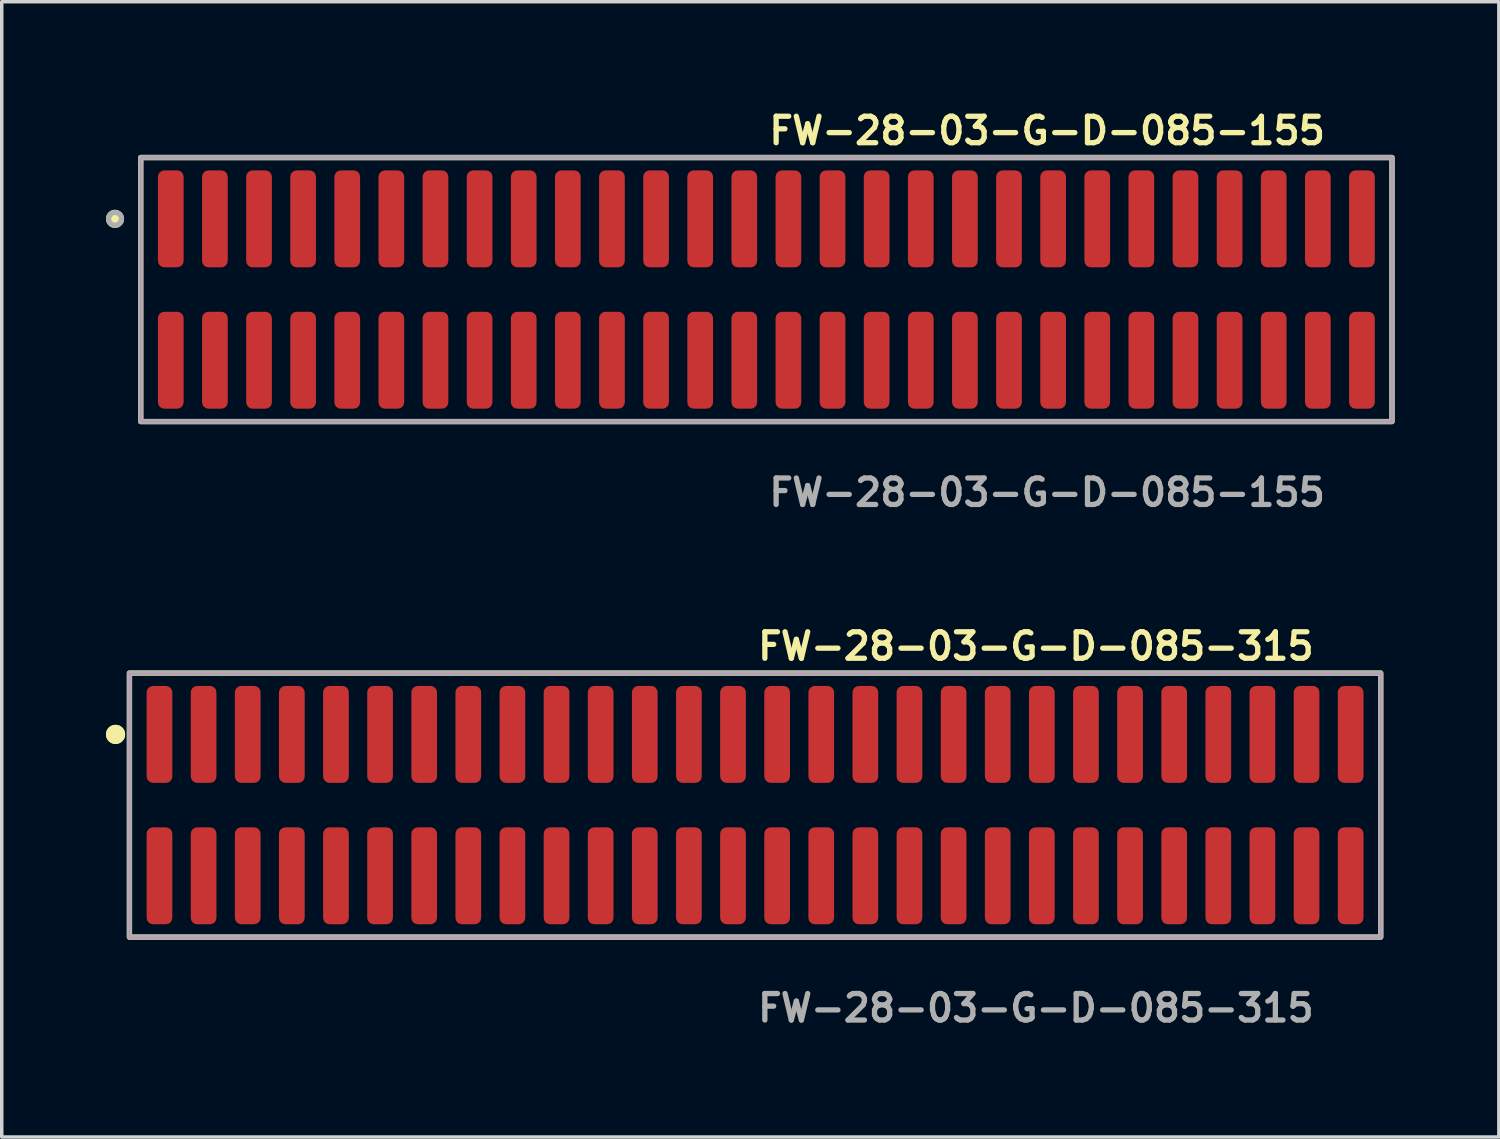
<source format=kicad_pcb>
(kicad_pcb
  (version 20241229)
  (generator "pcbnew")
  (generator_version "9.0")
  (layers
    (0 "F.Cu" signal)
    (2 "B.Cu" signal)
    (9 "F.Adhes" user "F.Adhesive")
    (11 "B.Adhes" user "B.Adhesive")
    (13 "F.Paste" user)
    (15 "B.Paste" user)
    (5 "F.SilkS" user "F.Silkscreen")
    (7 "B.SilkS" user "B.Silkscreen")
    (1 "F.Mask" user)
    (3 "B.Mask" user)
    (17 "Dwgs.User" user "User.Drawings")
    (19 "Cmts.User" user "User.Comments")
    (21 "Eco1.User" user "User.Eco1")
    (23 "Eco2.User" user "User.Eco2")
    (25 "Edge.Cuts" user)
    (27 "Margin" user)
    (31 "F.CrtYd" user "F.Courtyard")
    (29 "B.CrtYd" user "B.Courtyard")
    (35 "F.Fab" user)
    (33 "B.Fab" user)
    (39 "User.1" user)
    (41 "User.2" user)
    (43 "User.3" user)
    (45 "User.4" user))
  (footprint "FW-28-03-G-D-085-155"
    (layer "F.Cu")
    (at 19.011 5.285)
    (property "Reference" "FW-28-03-G-D-085-155" (at 0 -4.572 0) (unlocked yes) (layer "F.SilkS") (effects (font (size 0.762 0.762) (thickness 0.152)) (justify left)))
    (fp_rect (start -18.01 3.8) (end 18.01 -3.8) (stroke (width 0.152) (type solid)) (fill no) (layer "F.SilkS"))
    (fp_circle (center -18.75 -2.035) (end -18.935 -2.035) (stroke (width 0.152) (type solid)) (fill yes) (layer "F.SilkS"))
    (fp_rect (start -18.01 3.8) (end 18.01 -3.8) (stroke (width 0.006) (type solid)) (fill no) (layer "F.CrtYd"))
    (fp_rect (start -18.01 3.8) (end 18.01 -3.8) (stroke (width 0.152) (type solid)) (fill no) (layer "F.Fab"))
    (fp_circle (center -18.75 -2.035) (end -18.935 -2.035) (stroke (width 0.152) (type solid)) (fill no) (layer "F.Fab"))
    (fp_text user "${REFERENCE}" (at 0 5.842 0) (unlocked yes) (layer "F.Fab") (effects (font (size 0.762 0.762) (thickness 0.152)) (justify left)))
    (pad "1" smd roundrect (at -17.145 -2.035) (size 0.74 2.79) (layers "F.Cu" "F.Paste") (roundrect_rratio 0.25))
    (pad "2" smd roundrect (at -17.145 2.035) (size 0.74 2.79) (layers "F.Cu" "F.Paste") (roundrect_rratio 0.25))
    (pad "3" smd roundrect (at -15.875 -2.035) (size 0.74 2.79) (layers "F.Cu" "F.Paste") (roundrect_rratio 0.25))
    (pad "4" smd roundrect (at -15.875 2.035) (size 0.74 2.79) (layers "F.Cu" "F.Paste") (roundrect_rratio 0.25))
    (pad "5" smd roundrect (at -14.605 -2.035) (size 0.74 2.79) (layers "F.Cu" "F.Paste") (roundrect_rratio 0.25))
    (pad "6" smd roundrect (at -14.605 2.035) (size 0.74 2.79) (layers "F.Cu" "F.Paste") (roundrect_rratio 0.25))
    (pad "7" smd roundrect (at -13.335 -2.035) (size 0.74 2.79) (layers "F.Cu" "F.Paste") (roundrect_rratio 0.25))
    (pad "8" smd roundrect (at -13.335 2.035) (size 0.74 2.79) (layers "F.Cu" "F.Paste") (roundrect_rratio 0.25))
    (pad "9" smd roundrect (at -12.065 -2.035) (size 0.74 2.79) (layers "F.Cu" "F.Paste") (roundrect_rratio 0.25))
    (pad "10" smd roundrect (at -12.065 2.035) (size 0.74 2.79) (layers "F.Cu" "F.Paste") (roundrect_rratio 0.25))
    (pad "11" smd roundrect (at -10.795 -2.035) (size 0.74 2.79) (layers "F.Cu" "F.Paste") (roundrect_rratio 0.25))
    (pad "12" smd roundrect (at -10.795 2.035) (size 0.74 2.79) (layers "F.Cu" "F.Paste") (roundrect_rratio 0.25))
    (pad "13" smd roundrect (at -9.525 -2.035) (size 0.74 2.79) (layers "F.Cu" "F.Paste") (roundrect_rratio 0.25))
    (pad "14" smd roundrect (at -9.525 2.035) (size 0.74 2.79) (layers "F.Cu" "F.Paste") (roundrect_rratio 0.25))
    (pad "15" smd roundrect (at -8.255 -2.035) (size 0.74 2.79) (layers "F.Cu" "F.Paste") (roundrect_rratio 0.25))
    (pad "16" smd roundrect (at -8.255 2.035) (size 0.74 2.79) (layers "F.Cu" "F.Paste") (roundrect_rratio 0.25))
    (pad "17" smd roundrect (at -6.985 -2.035) (size 0.74 2.79) (layers "F.Cu" "F.Paste") (roundrect_rratio 0.25))
    (pad "18" smd roundrect (at -6.985 2.035) (size 0.74 2.79) (layers "F.Cu" "F.Paste") (roundrect_rratio 0.25))
    (pad "19" smd roundrect (at -5.715 -2.035) (size 0.74 2.79) (layers "F.Cu" "F.Paste") (roundrect_rratio 0.25))
    (pad "20" smd roundrect (at -5.715 2.035) (size 0.74 2.79) (layers "F.Cu" "F.Paste") (roundrect_rratio 0.25))
    (pad "21" smd roundrect (at -4.445 -2.035) (size 0.74 2.79) (layers "F.Cu" "F.Paste") (roundrect_rratio 0.25))
    (pad "22" smd roundrect (at -4.445 2.035) (size 0.74 2.79) (layers "F.Cu" "F.Paste") (roundrect_rratio 0.25))
    (pad "23" smd roundrect (at -3.175 -2.035) (size 0.74 2.79) (layers "F.Cu" "F.Paste") (roundrect_rratio 0.25))
    (pad "24" smd roundrect (at -3.175 2.035) (size 0.74 2.79) (layers "F.Cu" "F.Paste") (roundrect_rratio 0.25))
    (pad "25" smd roundrect (at -1.905 -2.035) (size 0.74 2.79) (layers "F.Cu" "F.Paste") (roundrect_rratio 0.25))
    (pad "26" smd roundrect (at -1.905 2.035) (size 0.74 2.79) (layers "F.Cu" "F.Paste") (roundrect_rratio 0.25))
    (pad "27" smd roundrect (at -0.635 -2.035) (size 0.74 2.79) (layers "F.Cu" "F.Paste") (roundrect_rratio 0.25))
    (pad "28" smd roundrect (at -0.635 2.035) (size 0.74 2.79) (layers "F.Cu" "F.Paste") (roundrect_rratio 0.25))
    (pad "29" smd roundrect (at 0.635 -2.035) (size 0.74 2.79) (layers "F.Cu" "F.Paste") (roundrect_rratio 0.25))
    (pad "30" smd roundrect (at 0.635 2.035) (size 0.74 2.79) (layers "F.Cu" "F.Paste") (roundrect_rratio 0.25))
    (pad "31" smd roundrect (at 1.905 -2.035) (size 0.74 2.79) (layers "F.Cu" "F.Paste") (roundrect_rratio 0.25))
    (pad "32" smd roundrect (at 1.905 2.035) (size 0.74 2.79) (layers "F.Cu" "F.Paste") (roundrect_rratio 0.25))
    (pad "33" smd roundrect (at 3.175 -2.035) (size 0.74 2.79) (layers "F.Cu" "F.Paste") (roundrect_rratio 0.25))
    (pad "34" smd roundrect (at 3.175 2.035) (size 0.74 2.79) (layers "F.Cu" "F.Paste") (roundrect_rratio 0.25))
    (pad "35" smd roundrect (at 4.445 -2.035) (size 0.74 2.79) (layers "F.Cu" "F.Paste") (roundrect_rratio 0.25))
    (pad "36" smd roundrect (at 4.445 2.035) (size 0.74 2.79) (layers "F.Cu" "F.Paste") (roundrect_rratio 0.25))
    (pad "37" smd roundrect (at 5.715 -2.035) (size 0.74 2.79) (layers "F.Cu" "F.Paste") (roundrect_rratio 0.25))
    (pad "38" smd roundrect (at 5.715 2.035) (size 0.74 2.79) (layers "F.Cu" "F.Paste") (roundrect_rratio 0.25))
    (pad "39" smd roundrect (at 6.985 -2.035) (size 0.74 2.79) (layers "F.Cu" "F.Paste") (roundrect_rratio 0.25))
    (pad "40" smd roundrect (at 6.985 2.035) (size 0.74 2.79) (layers "F.Cu" "F.Paste") (roundrect_rratio 0.25))
    (pad "41" smd roundrect (at 8.255 -2.035) (size 0.74 2.79) (layers "F.Cu" "F.Paste") (roundrect_rratio 0.25))
    (pad "42" smd roundrect (at 8.255 2.035) (size 0.74 2.79) (layers "F.Cu" "F.Paste") (roundrect_rratio 0.25))
    (pad "43" smd roundrect (at 9.525 -2.035) (size 0.74 2.79) (layers "F.Cu" "F.Paste") (roundrect_rratio 0.25))
    (pad "44" smd roundrect (at 9.525 2.035) (size 0.74 2.79) (layers "F.Cu" "F.Paste") (roundrect_rratio 0.25))
    (pad "45" smd roundrect (at 10.795 -2.035) (size 0.74 2.79) (layers "F.Cu" "F.Paste") (roundrect_rratio 0.25))
    (pad "46" smd roundrect (at 10.795 2.035) (size 0.74 2.79) (layers "F.Cu" "F.Paste") (roundrect_rratio 0.25))
    (pad "47" smd roundrect (at 12.065 -2.035) (size 0.74 2.79) (layers "F.Cu" "F.Paste") (roundrect_rratio 0.25))
    (pad "48" smd roundrect (at 12.065 2.035) (size 0.74 2.79) (layers "F.Cu" "F.Paste") (roundrect_rratio 0.25))
    (pad "49" smd roundrect (at 13.335 -2.035) (size 0.74 2.79) (layers "F.Cu" "F.Paste") (roundrect_rratio 0.25))
    (pad "50" smd roundrect (at 13.335 2.035) (size 0.74 2.79) (layers "F.Cu" "F.Paste") (roundrect_rratio 0.25))
    (pad "51" smd roundrect (at 14.605 -2.035) (size 0.74 2.79) (layers "F.Cu" "F.Paste") (roundrect_rratio 0.25))
    (pad "52" smd roundrect (at 14.605 2.035) (size 0.74 2.79) (layers "F.Cu" "F.Paste") (roundrect_rratio 0.25))
    (pad "53" smd roundrect (at 15.875 -2.035) (size 0.74 2.79) (layers "F.Cu" "F.Paste") (roundrect_rratio 0.25))
    (pad "54" smd roundrect (at 15.875 2.035) (size 0.74 2.79) (layers "F.Cu" "F.Paste") (roundrect_rratio 0.25))
    (pad "55" smd roundrect (at 17.145 -2.035) (size 0.74 2.79) (layers "F.Cu" "F.Paste") (roundrect_rratio 0.25))
    (pad "56" smd roundrect (at 17.145 2.035) (size 0.74 2.79) (layers "F.Cu" "F.Paste") (roundrect_rratio 0.25)))
  (footprint "FW-28-03-G-D-085-315"
    (layer "F.Cu")
    (at 18.686 20.126)
    (property "Reference" "FW-28-03-G-D-085-315" (at 0 -4.572 0) (unlocked yes) (layer "F.SilkS") (effects (font (size 0.762 0.762) (thickness 0.152)) (justify left)))
    (fp_rect (start -18.01 3.8) (end 18.01 -3.8) (stroke (width 0.152) (type solid)) (fill no) (layer "F.SilkS"))
    (fp_circle (center -18.41 -2.035) (end -18.61 -2.035) (stroke (width 0.152) (type solid)) (fill yes) (layer "F.SilkS"))
    (fp_circle (center -18.41 -2.035) (end -18.61 -2.035) (stroke (width 0.152) (type solid)) (fill yes) (layer "F.SilkS"))
    (fp_rect (start -18.01 3.8) (end 18.01 -3.8) (stroke (width 0.006) (type solid)) (fill no) (layer "F.CrtYd"))
    (fp_rect (start -18.01 3.8) (end 18.01 -3.8) (stroke (width 0.152) (type solid)) (fill no) (layer "F.Fab"))
    (fp_text user "${REFERENCE}" (at 0 5.842 0) (unlocked yes) (layer "F.Fab") (effects (font (size 0.762 0.762) (thickness 0.152)) (justify left)))
    (pad "1" smd roundrect (at -17.145 -2.035) (size 0.74 2.79) (layers "F.Cu" "F.Paste") (roundrect_rratio 0.25))
    (pad "2" smd roundrect (at -17.145 2.035) (size 0.74 2.79) (layers "F.Cu" "F.Paste") (roundrect_rratio 0.25))
    (pad "3" smd roundrect (at -15.875 -2.035) (size 0.74 2.79) (layers "F.Cu" "F.Paste") (roundrect_rratio 0.25))
    (pad "4" smd roundrect (at -15.875 2.035) (size 0.74 2.79) (layers "F.Cu" "F.Paste") (roundrect_rratio 0.25))
    (pad "5" smd roundrect (at -14.605 -2.035) (size 0.74 2.79) (layers "F.Cu" "F.Paste") (roundrect_rratio 0.25))
    (pad "6" smd roundrect (at -14.605 2.035) (size 0.74 2.79) (layers "F.Cu" "F.Paste") (roundrect_rratio 0.25))
    (pad "7" smd roundrect (at -13.335 -2.035) (size 0.74 2.79) (layers "F.Cu" "F.Paste") (roundrect_rratio 0.25))
    (pad "8" smd roundrect (at -13.335 2.035) (size 0.74 2.79) (layers "F.Cu" "F.Paste") (roundrect_rratio 0.25))
    (pad "9" smd roundrect (at -12.065 -2.035) (size 0.74 2.79) (layers "F.Cu" "F.Paste") (roundrect_rratio 0.25))
    (pad "10" smd roundrect (at -12.065 2.035) (size 0.74 2.79) (layers "F.Cu" "F.Paste") (roundrect_rratio 0.25))
    (pad "11" smd roundrect (at -10.795 -2.035) (size 0.74 2.79) (layers "F.Cu" "F.Paste") (roundrect_rratio 0.25))
    (pad "12" smd roundrect (at -10.795 2.035) (size 0.74 2.79) (layers "F.Cu" "F.Paste") (roundrect_rratio 0.25))
    (pad "13" smd roundrect (at -9.525 -2.035) (size 0.74 2.79) (layers "F.Cu" "F.Paste") (roundrect_rratio 0.25))
    (pad "14" smd roundrect (at -9.525 2.035) (size 0.74 2.79) (layers "F.Cu" "F.Paste") (roundrect_rratio 0.25))
    (pad "15" smd roundrect (at -8.255 -2.035) (size 0.74 2.79) (layers "F.Cu" "F.Paste") (roundrect_rratio 0.25))
    (pad "16" smd roundrect (at -8.255 2.035) (size 0.74 2.79) (layers "F.Cu" "F.Paste") (roundrect_rratio 0.25))
    (pad "17" smd roundrect (at -6.985 -2.035) (size 0.74 2.79) (layers "F.Cu" "F.Paste") (roundrect_rratio 0.25))
    (pad "18" smd roundrect (at -6.985 2.035) (size 0.74 2.79) (layers "F.Cu" "F.Paste") (roundrect_rratio 0.25))
    (pad "19" smd roundrect (at -5.715 -2.035) (size 0.74 2.79) (layers "F.Cu" "F.Paste") (roundrect_rratio 0.25))
    (pad "20" smd roundrect (at -5.715 2.035) (size 0.74 2.79) (layers "F.Cu" "F.Paste") (roundrect_rratio 0.25))
    (pad "21" smd roundrect (at -4.445 -2.035) (size 0.74 2.79) (layers "F.Cu" "F.Paste") (roundrect_rratio 0.25))
    (pad "22" smd roundrect (at -4.445 2.035) (size 0.74 2.79) (layers "F.Cu" "F.Paste") (roundrect_rratio 0.25))
    (pad "23" smd roundrect (at -3.175 -2.035) (size 0.74 2.79) (layers "F.Cu" "F.Paste") (roundrect_rratio 0.25))
    (pad "24" smd roundrect (at -3.175 2.035) (size 0.74 2.79) (layers "F.Cu" "F.Paste") (roundrect_rratio 0.25))
    (pad "25" smd roundrect (at -1.905 -2.035) (size 0.74 2.79) (layers "F.Cu" "F.Paste") (roundrect_rratio 0.25))
    (pad "26" smd roundrect (at -1.905 2.035) (size 0.74 2.79) (layers "F.Cu" "F.Paste") (roundrect_rratio 0.25))
    (pad "27" smd roundrect (at -0.635 -2.035) (size 0.74 2.79) (layers "F.Cu" "F.Paste") (roundrect_rratio 0.25))
    (pad "28" smd roundrect (at -0.635 2.035) (size 0.74 2.79) (layers "F.Cu" "F.Paste") (roundrect_rratio 0.25))
    (pad "29" smd roundrect (at 0.635 -2.035) (size 0.74 2.79) (layers "F.Cu" "F.Paste") (roundrect_rratio 0.25))
    (pad "30" smd roundrect (at 0.635 2.035) (size 0.74 2.79) (layers "F.Cu" "F.Paste") (roundrect_rratio 0.25))
    (pad "31" smd roundrect (at 1.905 -2.035) (size 0.74 2.79) (layers "F.Cu" "F.Paste") (roundrect_rratio 0.25))
    (pad "32" smd roundrect (at 1.905 2.035) (size 0.74 2.79) (layers "F.Cu" "F.Paste") (roundrect_rratio 0.25))
    (pad "33" smd roundrect (at 3.175 -2.035) (size 0.74 2.79) (layers "F.Cu" "F.Paste") (roundrect_rratio 0.25))
    (pad "34" smd roundrect (at 3.175 2.035) (size 0.74 2.79) (layers "F.Cu" "F.Paste") (roundrect_rratio 0.25))
    (pad "35" smd roundrect (at 4.445 -2.035) (size 0.74 2.79) (layers "F.Cu" "F.Paste") (roundrect_rratio 0.25))
    (pad "36" smd roundrect (at 4.445 2.035) (size 0.74 2.79) (layers "F.Cu" "F.Paste") (roundrect_rratio 0.25))
    (pad "37" smd roundrect (at 5.715 -2.035) (size 0.74 2.79) (layers "F.Cu" "F.Paste") (roundrect_rratio 0.25))
    (pad "38" smd roundrect (at 5.715 2.035) (size 0.74 2.79) (layers "F.Cu" "F.Paste") (roundrect_rratio 0.25))
    (pad "39" smd roundrect (at 6.985 -2.035) (size 0.74 2.79) (layers "F.Cu" "F.Paste") (roundrect_rratio 0.25))
    (pad "40" smd roundrect (at 6.985 2.035) (size 0.74 2.79) (layers "F.Cu" "F.Paste") (roundrect_rratio 0.25))
    (pad "41" smd roundrect (at 8.255 -2.035) (size 0.74 2.79) (layers "F.Cu" "F.Paste") (roundrect_rratio 0.25))
    (pad "42" smd roundrect (at 8.255 2.035) (size 0.74 2.79) (layers "F.Cu" "F.Paste") (roundrect_rratio 0.25))
    (pad "43" smd roundrect (at 9.525 -2.035) (size 0.74 2.79) (layers "F.Cu" "F.Paste") (roundrect_rratio 0.25))
    (pad "44" smd roundrect (at 9.525 2.035) (size 0.74 2.79) (layers "F.Cu" "F.Paste") (roundrect_rratio 0.25))
    (pad "45" smd roundrect (at 10.795 -2.035) (size 0.74 2.79) (layers "F.Cu" "F.Paste") (roundrect_rratio 0.25))
    (pad "46" smd roundrect (at 10.795 2.035) (size 0.74 2.79) (layers "F.Cu" "F.Paste") (roundrect_rratio 0.25))
    (pad "47" smd roundrect (at 12.065 -2.035) (size 0.74 2.79) (layers "F.Cu" "F.Paste") (roundrect_rratio 0.25))
    (pad "48" smd roundrect (at 12.065 2.035) (size 0.74 2.79) (layers "F.Cu" "F.Paste") (roundrect_rratio 0.25))
    (pad "49" smd roundrect (at 13.335 -2.035) (size 0.74 2.79) (layers "F.Cu" "F.Paste") (roundrect_rratio 0.25))
    (pad "50" smd roundrect (at 13.335 2.035) (size 0.74 2.79) (layers "F.Cu" "F.Paste") (roundrect_rratio 0.25))
    (pad "51" smd roundrect (at 14.605 -2.035) (size 0.74 2.79) (layers "F.Cu" "F.Paste") (roundrect_rratio 0.25))
    (pad "52" smd roundrect (at 14.605 2.035) (size 0.74 2.79) (layers "F.Cu" "F.Paste") (roundrect_rratio 0.25))
    (pad "53" smd roundrect (at 15.875 -2.035) (size 0.74 2.79) (layers "F.Cu" "F.Paste") (roundrect_rratio 0.25))
    (pad "54" smd roundrect (at 15.875 2.035) (size 0.74 2.79) (layers "F.Cu" "F.Paste") (roundrect_rratio 0.25))
    (pad "55" smd roundrect (at 17.145 -2.035) (size 0.74 2.79) (layers "F.Cu" "F.Paste") (roundrect_rratio 0.25))
    (pad "56" smd roundrect (at 17.145 2.035) (size 0.74 2.79) (layers "F.Cu" "F.Paste") (roundrect_rratio 0.25)))
  (gr_rect
    (start -3 -3)
    (end 40.097 29.681)
    (stroke (width 0.1) (type default))
    (fill no)
    (layer "Edge.Cuts")))
</source>
